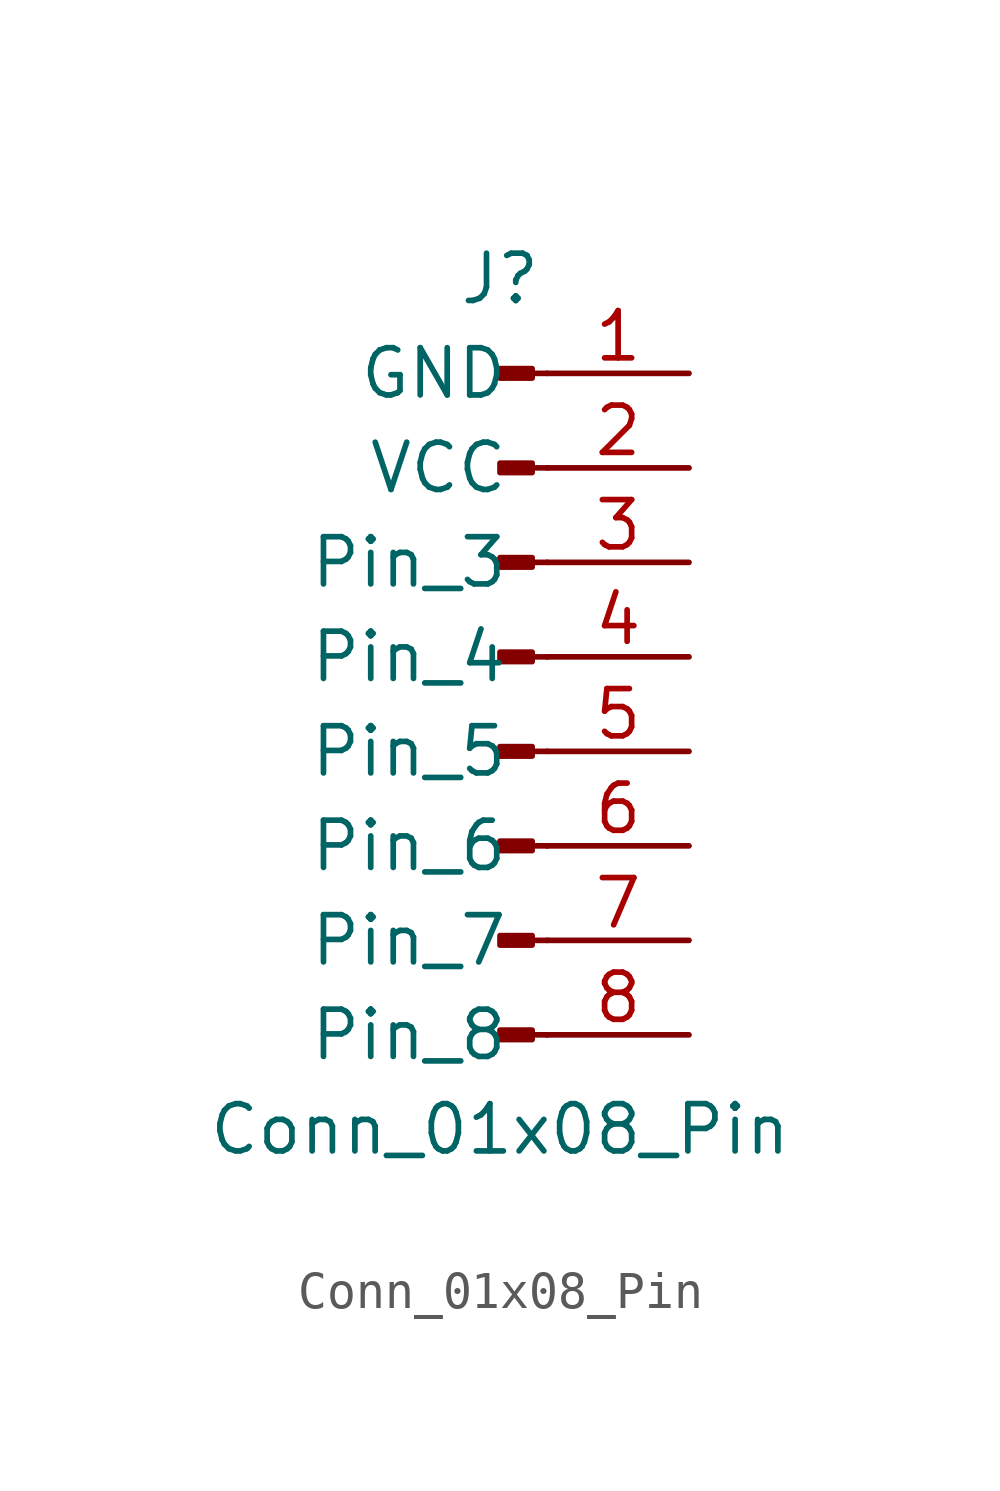
<source format=kicad_sym>
(kicad_symbol_lib
  (version 20220914)
  (generator kicad_symbol_editor)
  (symbol "Conn_01x08_Pin"
    (pin_names
      (offset 1.016))
    (property "Reference" "J"
      (at 0 10.16 0)
      (effects (font (size 1.27 1.27))))
    (property "Value" "Conn_01x08_Pin"
      (at 0 -12.7 0)
      (effects (font (size 1.27 1.27))))
    (symbol "Conn_01x08_Pin_1_1"
      (polyline (pts (xy 1.27 -10.16) (xy 0.864 -10.16)) (stroke (width 0.152) (type default)) (fill (type none)))
      (polyline (pts (xy 1.27 -7.62) (xy 0.864 -7.62)) (stroke (width 0.152) (type default)) (fill (type none)))
      (polyline (pts (xy 1.27 -5.08) (xy 0.864 -5.08)) (stroke (width 0.152) (type default)) (fill (type none)))
      (polyline (pts (xy 1.27 -2.54) (xy 0.864 -2.54)) (stroke (width 0.152) (type default)) (fill (type none)))
      (polyline (pts (xy 1.27 0) (xy 0.864 0)) (stroke (width 0.152) (type default)) (fill (type none)))
      (polyline (pts (xy 1.27 2.54) (xy 0.864 2.54)) (stroke (width 0.152) (type default)) (fill (type none)))
      (polyline (pts (xy 1.27 5.08) (xy 0.864 5.08)) (stroke (width 0.152) (type default)) (fill (type none)))
      (polyline (pts (xy 1.27 7.62) (xy 0.864 7.62)) (stroke (width 0.152) (type default)) (fill (type none)))
      (rectangle (start 0.864 -10.033) (end 0 -10.287) (stroke (width 0.152) (type default)) (fill (type outline)))
      (rectangle (start 0.864 -7.493) (end 0 -7.747) (stroke (width 0.152) (type default)) (fill (type outline)))
      (rectangle (start 0.864 -4.953) (end 0 -5.207) (stroke (width 0.152) (type default)) (fill (type outline)))
      (rectangle (start 0.864 -2.413) (end 0 -2.667) (stroke (width 0.152) (type default)) (fill (type outline)))
      (rectangle (start 0.864 0.127) (end 0 -0.127) (stroke (width 0.152) (type default)) (fill (type outline)))
      (rectangle (start 0.864 2.667) (end 0 2.413) (stroke (width 0.152) (type default)) (fill (type outline)))
      (rectangle (start 0.864 5.207) (end 0 4.953) (stroke (width 0.152) (type default)) (fill (type outline)))
      (rectangle (start 0.864 7.747) (end 0 7.493) (stroke (width 0.152) (type default)) (fill (type outline)))
      (pin passive line (at 5.08 7.62 180) (length 3.81) (name "GND" (effects (font (size 1.27 1.27)))) (number "1" (effects (font (size 1.27 1.27)))))
      (pin passive line (at 5.08 5.08 180) (length 3.81) (name "VCC" (effects (font (size 1.27 1.27)))) (number "2" (effects (font (size 1.27 1.27)))))
      (pin passive line (at 5.08 2.54 180) (length 3.81) (name "Pin_3" (effects (font (size 1.27 1.27)))) (number "3" (effects (font (size 1.27 1.27)))))
      (pin passive line (at 5.08 0 180) (length 3.81) (name "Pin_4" (effects (font (size 1.27 1.27)))) (number "4" (effects (font (size 1.27 1.27)))))
      (pin passive line (at 5.08 -2.54 180) (length 3.81) (name "Pin_5" (effects (font (size 1.27 1.27)))) (number "5" (effects (font (size 1.27 1.27)))))
      (pin passive line (at 5.08 -5.08 180) (length 3.81) (name "Pin_6" (effects (font (size 1.27 1.27)))) (number "6" (effects (font (size 1.27 1.27)))))
      (pin passive line (at 5.08 -7.62 180) (length 3.81) (name "Pin_7" (effects (font (size 1.27 1.27)))) (number "7" (effects (font (size 1.27 1.27)))))
      (pin passive line (at 5.08 -10.16 180) (length 3.81) (name "Pin_8" (effects (font (size 1.27 1.27)))) (number "8" (effects (font (size 1.27 1.27))))))))
</source>
